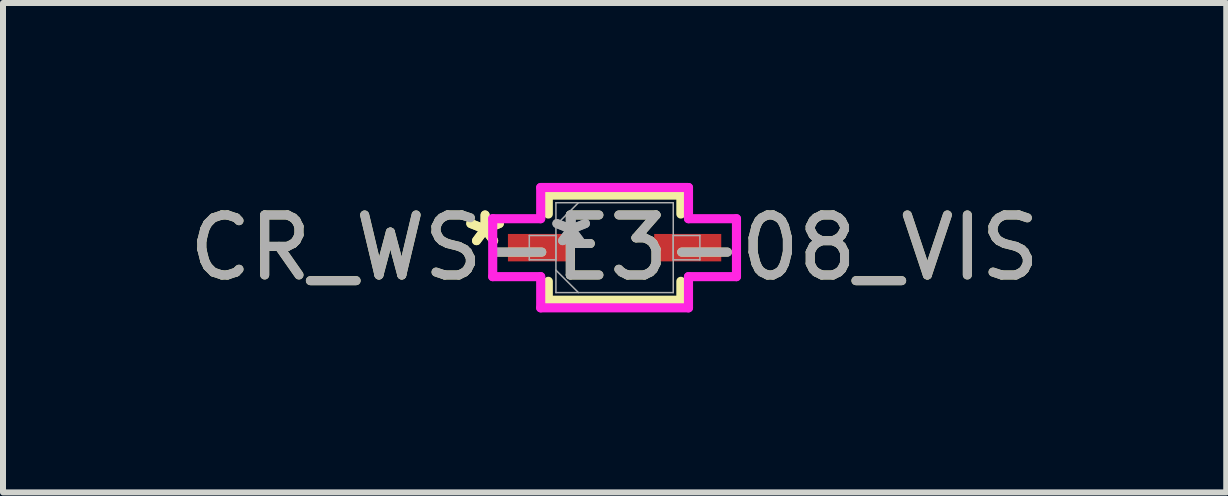
<source format=kicad_pcb>
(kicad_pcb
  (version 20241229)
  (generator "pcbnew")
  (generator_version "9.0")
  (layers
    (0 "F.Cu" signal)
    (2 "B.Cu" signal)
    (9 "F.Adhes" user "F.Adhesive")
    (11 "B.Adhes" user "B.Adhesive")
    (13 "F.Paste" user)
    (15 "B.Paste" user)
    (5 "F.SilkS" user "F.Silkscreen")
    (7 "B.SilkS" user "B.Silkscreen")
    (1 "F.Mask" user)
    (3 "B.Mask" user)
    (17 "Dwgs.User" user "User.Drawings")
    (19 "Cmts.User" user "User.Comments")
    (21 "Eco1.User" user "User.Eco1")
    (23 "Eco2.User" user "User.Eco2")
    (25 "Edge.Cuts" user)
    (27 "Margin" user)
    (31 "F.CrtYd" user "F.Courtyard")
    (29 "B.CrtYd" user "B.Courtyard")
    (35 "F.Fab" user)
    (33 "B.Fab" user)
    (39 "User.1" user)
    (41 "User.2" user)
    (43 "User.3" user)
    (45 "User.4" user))
  (footprint "CR_WS-E3-08_VIS"
    (layer "F.Cu")
    (at 7.196 1.079)
    (property "Reference" "CR_WS-E3-08_VIS" (at 0 0 0) (unlocked yes) (layer "F.SilkS") (effects (font (size 1 1) (thickness 0.15))))
    (attr smd)
    (fp_line (start -1.105 -0.876) (end -1.105 -0.561) (stroke (width 0.152) (type solid)) (layer "F.SilkS"))
    (fp_line (start -1.105 0.561) (end -1.105 0.876) (stroke (width 0.152) (type solid)) (layer "F.SilkS"))
    (fp_line (start -1.105 0.876) (end 1.105 0.876) (stroke (width 0.152) (type solid)) (layer "F.SilkS"))
    (fp_line (start 1.105 -0.876) (end -1.105 -0.876) (stroke (width 0.152) (type solid)) (layer "F.SilkS"))
    (fp_line (start 1.105 -0.561) (end 1.105 -0.876) (stroke (width 0.152) (type solid)) (layer "F.SilkS"))
    (fp_line (start 1.105 0.876) (end 1.105 0.561) (stroke (width 0.152) (type solid)) (layer "F.SilkS"))
    (fp_line (start -2.032 -0.483) (end -1.232 -0.483) (stroke (width 0.152) (type solid)) (layer "F.CrtYd"))
    (fp_line (start -2.032 0.483) (end -2.032 -0.483) (stroke (width 0.152) (type solid)) (layer "F.CrtYd"))
    (fp_line (start -1.232 -1.003) (end 1.232 -1.003) (stroke (width 0.152) (type solid)) (layer "F.CrtYd"))
    (fp_line (start -1.232 -0.483) (end -1.232 -1.003) (stroke (width 0.152) (type solid)) (layer "F.CrtYd"))
    (fp_line (start -1.232 0.483) (end -2.032 0.483) (stroke (width 0.152) (type solid)) (layer "F.CrtYd"))
    (fp_line (start -1.232 1.003) (end -1.232 0.483) (stroke (width 0.152) (type solid)) (layer "F.CrtYd"))
    (fp_line (start 1.232 -1.003) (end 1.232 -0.483) (stroke (width 0.152) (type solid)) (layer "F.CrtYd"))
    (fp_line (start 1.232 -0.483) (end 2.032 -0.483) (stroke (width 0.152) (type solid)) (layer "F.CrtYd"))
    (fp_line (start 1.232 0.483) (end 1.232 1.003) (stroke (width 0.152) (type solid)) (layer "F.CrtYd"))
    (fp_line (start 1.232 1.003) (end -1.232 1.003) (stroke (width 0.152) (type solid)) (layer "F.CrtYd"))
    (fp_line (start 2.032 -0.483) (end 2.032 0.483) (stroke (width 0.152) (type solid)) (layer "F.CrtYd"))
    (fp_line (start 2.032 0.483) (end 1.232 0.483) (stroke (width 0.152) (type solid)) (layer "F.CrtYd"))
    (fp_line (start -1.422 -0.203) (end -1.422 0.203) (stroke (width 0.025) (type solid)) (layer "F.Fab"))
    (fp_line (start -1.422 0.203) (end -0.978 0.203) (stroke (width 0.025) (type solid)) (layer "F.Fab"))
    (fp_line (start -0.978 -0.749) (end -0.978 0.749) (stroke (width 0.025) (type solid)) (layer "F.Fab"))
    (fp_line (start -0.978 -0.375) (end -0.603 -0.749) (stroke (width 0.025) (type solid)) (layer "F.Fab"))
    (fp_line (start -0.978 -0.203) (end -1.422 -0.203) (stroke (width 0.025) (type solid)) (layer "F.Fab"))
    (fp_line (start -0.978 0.203) (end -0.978 -0.203) (stroke (width 0.025) (type solid)) (layer "F.Fab"))
    (fp_line (start -0.978 0.375) (end -0.603 0.749) (stroke (width 0.025) (type solid)) (layer "F.Fab"))
    (fp_line (start -0.978 0.749) (end 0.978 0.749) (stroke (width 0.025) (type solid)) (layer "F.Fab"))
    (fp_line (start 0.978 -0.749) (end -0.978 -0.749) (stroke (width 0.025) (type solid)) (layer "F.Fab"))
    (fp_line (start 0.978 -0.203) (end 0.978 0.203) (stroke (width 0.025) (type solid)) (layer "F.Fab"))
    (fp_line (start 0.978 0.203) (end 1.422 0.203) (stroke (width 0.025) (type solid)) (layer "F.Fab"))
    (fp_line (start 0.978 0.749) (end 0.978 -0.749) (stroke (width 0.025) (type solid)) (layer "F.Fab"))
    (fp_line (start 1.422 -0.203) (end 0.978 -0.203) (stroke (width 0.025) (type solid)) (layer "F.Fab"))
    (fp_line (start 1.422 0.203) (end 1.422 -0.203) (stroke (width 0.025) (type solid)) (layer "F.Fab"))
    (fp_text user "*" (at -2.159 0 0) (layer "F.SilkS") (effects (font (size 1 1) (thickness 0.15))))
    (fp_text user "*" (at -2.159 0 0) (unlocked yes) (layer "F.SilkS") (effects (font (size 1 1) (thickness 0.15))))
    (fp_text user "${REFERENCE}" (at 0 0 0) (unlocked yes) (layer "F.Fab") (effects (font (size 1 1) (thickness 0.15))))
    (fp_text user "*" (at -0.724 0 0) (unlocked yes) (layer "F.Fab") (effects (font (size 1 1) (thickness 0.15))))
    (fp_text user "*" (at -0.724 0 0) (layer "F.Fab") (effects (font (size 1 1) (thickness 0.15))))
    (pad "1" smd rect (at -1.219 0) (size 1.118 0.457) (layers "F.Cu" "F.Mask" "F.Paste"))
    (pad "2" smd rect (at 1.219 0) (size 1.118 0.457) (layers "F.Cu" "F.Mask" "F.Paste")))
  (gr_rect
    (start -3 -3)
    (end 17.393 5.159)
    (stroke (width 0.1) (type default))
    (fill no)
    (layer "Edge.Cuts")))
</source>
